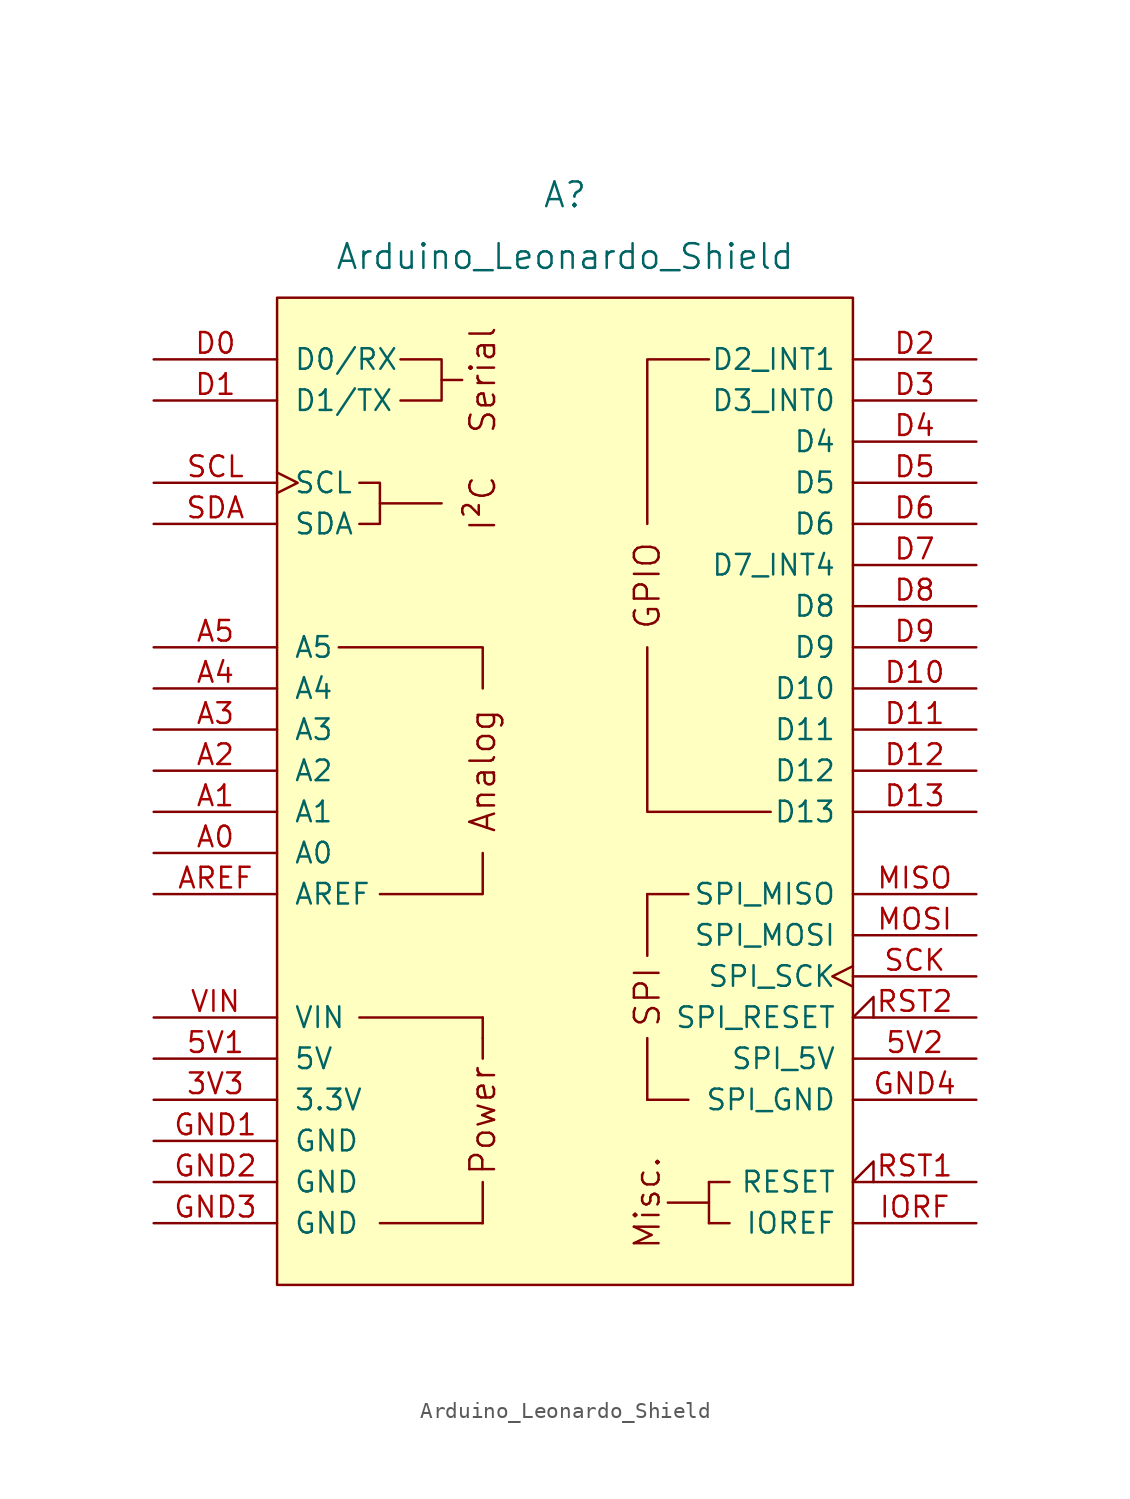
<source format=kicad_sym>
(kicad_symbol_lib
  (version 20211014)
  (generator kicad_symbol_editor)
  (symbol "Arduino_Leonardo_Shield"
    (pin_names
      (offset 1.016))
    (property "Reference" "A"
      (at 0 36.83 0)
      (effects (font (size 1.524 1.524))))
    (property "Value" "Arduino_Leonardo_Shield"
      (at 0 33.02 0)
      (effects (font (size 1.524 1.524))))
    (symbol "Arduino_Leonardo_Shield_0_0"
      (rectangle (start -17.78 30.48) (end 17.78 -30.48) (stroke (width 0) (type default) (color 0 0 0 0)) (fill (type background)))
      (rectangle (start -12.7 -13.97) (end -5.08 -13.97) (stroke (width 0) (type default) (color 0 0 0 0)) (fill (type none)))
      (rectangle (start -11.43 -26.67) (end -5.08 -26.67) (stroke (width 0) (type default) (color 0 0 0 0)) (fill (type none)))
      (polyline (pts (xy -11.43 17.78) (xy -7.62 17.78)) (stroke (width 0) (type default) (color 0 0 0 0)) (fill (type none)))
      (polyline (pts (xy -7.62 25.4) (xy -6.35 25.4)) (stroke (width 0) (type default) (color 0 0 0 0)) (fill (type none)))
      (polyline (pts (xy -5.08 -26.67) (xy -5.08 -24.13)) (stroke (width 0) (type default) (color 0 0 0 0)) (fill (type none)))
      (polyline (pts (xy -5.08 -15.24) (xy -5.08 -16.51)) (stroke (width 0) (type default) (color 0 0 0 0)) (fill (type none)))
      (polyline (pts (xy -5.08 -13.97) (xy -5.08 -15.24)) (stroke (width 0) (type default) (color 0 0 0 0)) (fill (type none)))
      (polyline (pts (xy -5.08 -3.81) (xy -5.08 -6.35) (xy -11.43 -6.35)) (stroke (width 0) (type default) (color 0 0 0 0)) (fill (type none)))
      (polyline (pts (xy -5.08 6.35) (xy -5.08 8.89) (xy -13.97 8.89)) (stroke (width 0) (type default) (color 0 0 0 0)) (fill (type none)))
      (polyline (pts (xy 5.08 8.89) (xy 5.08 -1.27) (xy 12.7 -1.27)) (stroke (width 0) (type default) (color 0 0 0 0)) (fill (type none)))
      (polyline (pts (xy 5.08 16.51) (xy 5.08 26.67) (xy 8.89 26.67)) (stroke (width 0) (type default) (color 0 0 0 0)) (fill (type none)))
      (polyline (pts (xy -12.7 19.05) (xy -11.43 19.05) (xy -11.43 16.51) (xy -12.7 16.51)) (stroke (width 0) (type default) (color 0 0 0 0)) (fill (type none)))
      (polyline (pts (xy -10.16 26.67) (xy -7.62 26.67) (xy -7.62 24.13) (xy -10.16 24.13)) (stroke (width 0) (type default) (color 0 0 0 0)) (fill (type none)))
      (rectangle (start 5.08 -19.05) (end 5.08 -15.24) (stroke (width 0) (type default) (color 0 0 0 0)) (fill (type none)))
      (rectangle (start 5.08 -19.05) (end 7.62 -19.05) (stroke (width 0) (type default) (color 0 0 0 0)) (fill (type none)))
      (rectangle (start 5.08 -10.16) (end 5.08 -6.35) (stroke (width 0) (type default) (color 0 0 0 0)) (fill (type none)))
      (rectangle (start 7.62 -6.35) (end 5.08 -6.35) (stroke (width 0) (type default) (color 0 0 0 0)) (fill (type none)))
      (rectangle (start 8.89 -25.4) (end 6.35 -25.4) (stroke (width 0) (type default) (color 0 0 0 0)) (fill (type none)))
      (rectangle (start 8.89 -24.13) (end 8.89 -26.67) (stroke (width 0) (type default) (color 0 0 0 0)) (fill (type none)))
      (rectangle (start 10.16 -26.67) (end 8.89 -26.67) (stroke (width 0) (type default) (color 0 0 0 0)) (fill (type none)))
      (rectangle (start 10.16 -24.13) (end 8.89 -24.13) (stroke (width 0) (type default) (color 0 0 0 0)) (fill (type none)))
      (text "Analog" (at -5.08 1.27 900) (effects (font (size 1.524 1.524))))
      (text "I²C" (at -5.08 17.78 900) (effects (font (size 1.524 1.524))))
      (text "Misc." (at 5.08 -25.4 900) (effects (font (size 1.524 1.524))))
      (text "Power" (at -5.08 -20.32 900) (effects (font (size 1.524 1.524))))
      (text "Serial" (at -5.08 25.4 900) (effects (font (size 1.524 1.524))))
      (text "SPI" (at 5.08 -12.7 900) (effects (font (size 1.524 1.524)))))
    (symbol "Arduino_Leonardo_Shield_1_0"
      (text "GPIO" (at 5.08 12.7 900) (effects (font (size 1.524 1.524)))))
    (symbol "Arduino_Leonardo_Shield_1_1"
      (pin power_out line (at -25.4 -19.05 0) (length 7.62) (name "3.3V" (effects (font (size 1.27 1.27)))) (number "3V3" (effects (font (size 1.27 1.27)))))
      (pin power_in line (at -25.4 -16.51 0) (length 7.62) (name "5V" (effects (font (size 1.27 1.27)))) (number "5V1" (effects (font (size 1.27 1.27)))))
      (pin power_in line (at 25.4 -16.51 180) (length 7.62) (name "SPI_5V" (effects (font (size 1.27 1.27)))) (number "5V2" (effects (font (size 1.27 1.27)))))
      (pin bidirectional line (at -25.4 -3.81 0) (length 7.62) (name "A0" (effects (font (size 1.27 1.27)))) (number "A0" (effects (font (size 1.27 1.27)))))
      (pin bidirectional line (at -25.4 -1.27 0) (length 7.62) (name "A1" (effects (font (size 1.27 1.27)))) (number "A1" (effects (font (size 1.27 1.27)))))
      (pin bidirectional line (at -25.4 1.27 0) (length 7.62) (name "A2" (effects (font (size 1.27 1.27)))) (number "A2" (effects (font (size 1.27 1.27)))))
      (pin bidirectional line (at -25.4 3.81 0) (length 7.62) (name "A3" (effects (font (size 1.27 1.27)))) (number "A3" (effects (font (size 1.27 1.27)))))
      (pin bidirectional line (at -25.4 6.35 0) (length 7.62) (name "A4" (effects (font (size 1.27 1.27)))) (number "A4" (effects (font (size 1.27 1.27)))))
      (pin bidirectional line (at -25.4 8.89 0) (length 7.62) (name "A5" (effects (font (size 1.27 1.27)))) (number "A5" (effects (font (size 1.27 1.27)))))
      (pin input line (at -25.4 -6.35 0) (length 7.62) (name "AREF" (effects (font (size 1.27 1.27)))) (number "AREF" (effects (font (size 1.27 1.27)))))
      (pin bidirectional line (at -25.4 26.67 0) (length 7.62) (name "D0/RX" (effects (font (size 1.27 1.27)))) (number "D0" (effects (font (size 1.27 1.27)))))
      (pin bidirectional line (at -25.4 24.13 0) (length 7.62) (name "D1/TX" (effects (font (size 1.27 1.27)))) (number "D1" (effects (font (size 1.27 1.27)))))
      (pin bidirectional line (at 25.4 6.35 180) (length 7.62) (name "D10" (effects (font (size 1.27 1.27)))) (number "D10" (effects (font (size 1.27 1.27)))))
      (pin bidirectional line (at 25.4 3.81 180) (length 7.62) (name "D11" (effects (font (size 1.27 1.27)))) (number "D11" (effects (font (size 1.27 1.27)))))
      (pin bidirectional line (at 25.4 1.27 180) (length 7.62) (name "D12" (effects (font (size 1.27 1.27)))) (number "D12" (effects (font (size 1.27 1.27)))))
      (pin bidirectional line (at 25.4 -1.27 180) (length 7.62) (name "D13" (effects (font (size 1.27 1.27)))) (number "D13" (effects (font (size 1.27 1.27)))))
      (pin bidirectional line (at 25.4 26.67 180) (length 7.62) (name "D2_INT1" (effects (font (size 1.27 1.27)))) (number "D2" (effects (font (size 1.27 1.27)))))
      (pin bidirectional line (at 25.4 24.13 180) (length 7.62) (name "D3_INT0" (effects (font (size 1.27 1.27)))) (number "D3" (effects (font (size 1.27 1.27)))))
      (pin bidirectional line (at 25.4 21.59 180) (length 7.62) (name "D4" (effects (font (size 1.27 1.27)))) (number "D4" (effects (font (size 1.27 1.27)))))
      (pin bidirectional line (at 25.4 19.05 180) (length 7.62) (name "D5" (effects (font (size 1.27 1.27)))) (number "D5" (effects (font (size 1.27 1.27)))))
      (pin bidirectional line (at 25.4 16.51 180) (length 7.62) (name "D6" (effects (font (size 1.27 1.27)))) (number "D6" (effects (font (size 1.27 1.27)))))
      (pin bidirectional line (at 25.4 13.97 180) (length 7.62) (name "D7_INT4" (effects (font (size 1.27 1.27)))) (number "D7" (effects (font (size 1.27 1.27)))))
      (pin bidirectional line (at 25.4 11.43 180) (length 7.62) (name "D8" (effects (font (size 1.27 1.27)))) (number "D8" (effects (font (size 1.27 1.27)))))
      (pin bidirectional line (at 25.4 8.89 180) (length 7.62) (name "D9" (effects (font (size 1.27 1.27)))) (number "D9" (effects (font (size 1.27 1.27)))))
      (pin power_in line (at -25.4 -21.59 0) (length 7.62) (name "GND" (effects (font (size 1.27 1.27)))) (number "GND1" (effects (font (size 1.27 1.27)))))
      (pin power_in line (at -25.4 -24.13 0) (length 7.62) (name "GND" (effects (font (size 1.27 1.27)))) (number "GND2" (effects (font (size 1.27 1.27)))))
      (pin power_in line (at -25.4 -26.67 0) (length 7.62) (name "GND" (effects (font (size 1.27 1.27)))) (number "GND3" (effects (font (size 1.27 1.27)))))
      (pin power_in line (at 25.4 -19.05 180) (length 7.62) (name "SPI_GND" (effects (font (size 1.27 1.27)))) (number "GND4" (effects (font (size 1.27 1.27)))))
      (pin output line (at 25.4 -26.67 180) (length 7.62) (name "IOREF" (effects (font (size 1.27 1.27)))) (number "IORF" (effects (font (size 1.27 1.27)))))
      (pin input line (at 25.4 -6.35 180) (length 7.62) (name "SPI_MISO" (effects (font (size 1.27 1.27)))) (number "MISO" (effects (font (size 1.27 1.27)))))
      (pin output line (at 25.4 -8.89 180) (length 7.62) (name "SPI_MOSI" (effects (font (size 1.27 1.27)))) (number "MOSI" (effects (font (size 1.27 1.27)))))
      (pin open_collector input_low (at 25.4 -24.13 180) (length 7.62) (name "RESET" (effects (font (size 1.27 1.27)))) (number "RST1" (effects (font (size 1.27 1.27)))))
      (pin open_collector input_low (at 25.4 -13.97 180) (length 7.62) (name "SPI_RESET" (effects (font (size 1.27 1.27)))) (number "RST2" (effects (font (size 1.27 1.27)))))
      (pin output clock (at 25.4 -11.43 180) (length 7.62) (name "SPI_SCK" (effects (font (size 1.27 1.27)))) (number "SCK" (effects (font (size 1.27 1.27)))))
      (pin bidirectional clock (at -25.4 19.05 0) (length 7.62) (name "SCL" (effects (font (size 1.27 1.27)))) (number "SCL" (effects (font (size 1.27 1.27)))))
      (pin bidirectional line (at -25.4 16.51 0) (length 7.62) (name "SDA" (effects (font (size 1.27 1.27)))) (number "SDA" (effects (font (size 1.27 1.27)))))
      (pin power_in line (at -25.4 -13.97 0) (length 7.62) (name "VIN" (effects (font (size 1.27 1.27)))) (number "VIN" (effects (font (size 1.27 1.27))))))))
</source>
